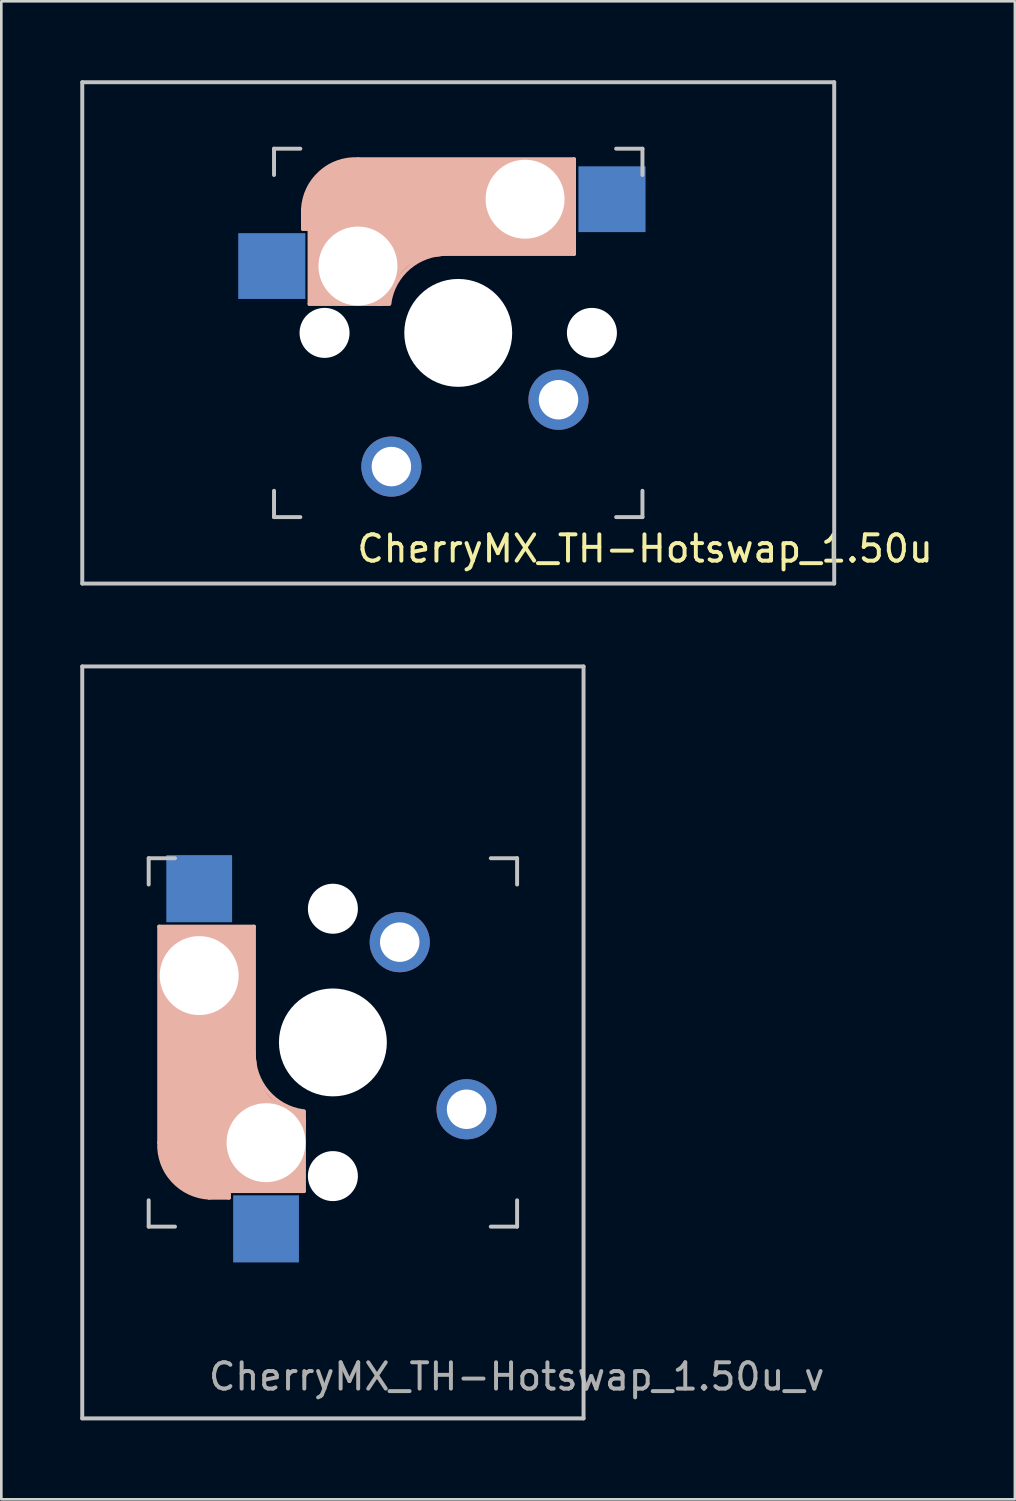
<source format=kicad_pcb>
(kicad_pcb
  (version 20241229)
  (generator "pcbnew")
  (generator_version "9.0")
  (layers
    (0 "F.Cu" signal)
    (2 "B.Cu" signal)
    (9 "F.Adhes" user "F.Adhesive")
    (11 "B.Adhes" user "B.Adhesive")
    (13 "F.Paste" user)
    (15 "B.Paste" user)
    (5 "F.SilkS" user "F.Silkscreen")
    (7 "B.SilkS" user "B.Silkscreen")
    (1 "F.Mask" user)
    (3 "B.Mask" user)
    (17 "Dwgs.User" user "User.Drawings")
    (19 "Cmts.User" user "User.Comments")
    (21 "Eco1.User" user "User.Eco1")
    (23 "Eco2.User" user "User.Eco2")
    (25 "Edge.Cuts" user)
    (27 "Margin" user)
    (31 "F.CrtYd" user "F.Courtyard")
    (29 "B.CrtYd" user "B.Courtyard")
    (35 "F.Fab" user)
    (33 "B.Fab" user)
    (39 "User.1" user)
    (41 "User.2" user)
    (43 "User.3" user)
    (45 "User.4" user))
  (footprint "CherryMX_TH-Hotswap_1.50u"
    (layer "F.Cu")
    (at 14.363 9.6)
    (property "Reference" "CherryMX_TH-Hotswap_1.50u" (at 7.1 8.2 0) (layer "F.SilkS") (effects (font (size 1 1) (thickness 0.15))))
    (attr through_hole)
    (fp_line (start -5.9 -4.7) (end -5.9 -3.95) (stroke (width 0.15) (type solid)) (layer "B.SilkS"))
    (fp_line (start -5.9 -3.95) (end -5.7 -3.95) (stroke (width 0.15) (type solid)) (layer "B.SilkS"))
    (fp_line (start -5.8 -4.05) (end -5.8 -4.7) (stroke (width 0.3) (type solid)) (layer "B.SilkS"))
    (fp_line (start -5.65 -5.55) (end -5.65 -1.1) (stroke (width 0.15) (type solid)) (layer "B.SilkS"))
    (fp_line (start -5.65 -1.1) (end -2.62 -1.1) (stroke (width 0.15) (type solid)) (layer "B.SilkS"))
    (fp_line (start -5.45 -1.3) (end -3 -1.3) (stroke (width 0.5) (type solid)) (layer "B.SilkS"))
    (fp_line (start -5.3 -1.6) (end -5.3 -3.4) (stroke (width 0.8) (type solid)) (layer "B.SilkS"))
    (fp_line (start -4.17 -5.1) (end -4.17 -2.86) (stroke (width 3) (type solid)) (layer "B.SilkS"))
    (fp_line (start -0.4 -3) (end 4.4 -3) (stroke (width 0.15) (type solid)) (layer "B.SilkS"))
    (fp_line (start 2.6 -4.8) (end -4.1 -4.8) (stroke (width 3.5) (type solid)) (layer "B.SilkS"))
    (fp_line (start 3.9 -6) (end 3.9 -3.5) (stroke (width 1) (type solid)) (layer "B.SilkS"))
    (fp_line (start 4.2 -3.25) (end 2.9 -3.3) (stroke (width 0.5) (type solid)) (layer "B.SilkS"))
    (fp_line (start 4.25 -6.4) (end 3 -6.4) (stroke (width 0.4) (type solid)) (layer "B.SilkS"))
    (fp_line (start 4.38 -4) (end 4.38 -6.25) (stroke (width 0.15) (type solid)) (layer "B.SilkS"))
    (fp_line (start 4.4 -6.6) (end -3.8 -6.6) (stroke (width 0.15) (type solid)) (layer "B.SilkS"))
    (fp_line (start 4.4 -3) (end 4.4 -6.6) (stroke (width 0.15) (type solid)) (layer "B.SilkS"))
    (fp_arc (start -5.9 -4.699999) (mid -5.243504 -6.084924) (end -3.800001 -6.6) (stroke (width 0.15) (type solid)) (layer "B.SilkS"))
    (fp_arc (start -3.016318 -1.521471) (mid -2.268709 -2.886118) (end -0.8 -3.4) (stroke (width 1) (type solid)) (layer "B.SilkS"))
    (fp_arc (start -2.616318 -1.121471) (mid -1.868709 -2.486118) (end -0.4 -3) (stroke (width 0.15) (type solid)) (layer "B.SilkS"))
    (fp_line (start -14.287 -9.525) (end 14.287 -9.525) (stroke (width 0.15) (type solid)) (layer "Dwgs.User"))
    (fp_line (start -14.287 9.525) (end -14.287 -9.525) (stroke (width 0.15) (type solid)) (layer "Dwgs.User"))
    (fp_line (start -7 -7) (end -6 -7) (stroke (width 0.15) (type solid)) (layer "Dwgs.User"))
    (fp_line (start -7 -6) (end -7 -7) (stroke (width 0.15) (type solid)) (layer "Dwgs.User"))
    (fp_line (start -7 6) (end -7 7) (stroke (width 0.15) (type solid)) (layer "Dwgs.User"))
    (fp_line (start -7 7) (end -6 7) (stroke (width 0.15) (type solid)) (layer "Dwgs.User"))
    (fp_line (start 6 7) (end 7 7) (stroke (width 0.15) (type solid)) (layer "Dwgs.User"))
    (fp_line (start 7 -7) (end 6 -7) (stroke (width 0.15) (type solid)) (layer "Dwgs.User"))
    (fp_line (start 7 -7) (end 7 -6) (stroke (width 0.15) (type solid)) (layer "Dwgs.User"))
    (fp_line (start 7 7) (end 7 6) (stroke (width 0.15) (type solid)) (layer "Dwgs.User"))
    (fp_line (start 14.287 -9.525) (end 14.287 9.525) (stroke (width 0.15) (type solid)) (layer "Dwgs.User"))
    (fp_line (start 14.287 9.525) (end -14.287 9.525) (stroke (width 0.15) (type solid)) (layer "Dwgs.User"))
    (pad "" np_thru_hole circle (at -5.08 0) (size 1.9 1.9) (drill 1.9) (layers "*.Cu" "*.Mask"))
    (pad "" np_thru_hole circle (at -3.81 -2.54) (size 3 3) (drill 3) (layers "*.Cu" "*.Mask"))
    (pad "" np_thru_hole circle (at 0 0 90) (size 4.1 4.1) (drill 4.1) (layers "*.Cu" "*.Mask"))
    (pad "" np_thru_hole circle (at 2.54 -5.08) (size 3 3) (drill 3) (layers "*.Cu" "*.Mask"))
    (pad "" np_thru_hole circle (at 5.08 0) (size 1.9 1.9) (drill 1.9) (layers "*.Cu" "*.Mask"))
    (pad "1" smd rect (at -7.085 -2.54 180) (size 2.55 2.5) (layers "B.Cu" "B.Mask" "B.Paste"))
    (pad "1" thru_hole circle (at -2.54 5.08 180) (size 2.286 2.286) (drill 1.499) (layers "*.Cu" "*.Mask"))
    (pad "2" thru_hole circle (at 3.81 2.54 180) (size 2.286 2.286) (drill 1.499) (layers "*.Cu" "*.Mask"))
    (pad "2" smd rect (at 5.842 -5.08 180) (size 2.55 2.5) (layers "B.Cu" "B.Mask" "B.Paste")))
  (footprint "CherryMX_TH-Hotswap_1.50u_v"
    (layer "F.Cu")
    (at 9.6 36.562)
    (property "Reference" "CherryMX_TH-Hotswap_1.50u_v" (at 6.985 12.7 0) (layer "F.Fab") (effects (font (size 1 1) (thickness 0.15))))
    (attr through_hole)
    (fp_line (start -6.6 -4.4) (end -6.6 3.8) (stroke (width 0.15) (type solid)) (layer "B.SilkS"))
    (fp_line (start -6.4 -4.25) (end -6.4 -3) (stroke (width 0.4) (type solid)) (layer "B.SilkS"))
    (fp_line (start -6 -3.9) (end -3.5 -3.9) (stroke (width 1) (type solid)) (layer "B.SilkS"))
    (fp_line (start -5.55 5.65) (end -1.1 5.65) (stroke (width 0.15) (type solid)) (layer "B.SilkS"))
    (fp_line (start -5.1 4.17) (end -2.86 4.17) (stroke (width 3) (type solid)) (layer "B.SilkS"))
    (fp_line (start -4.8 -2.6) (end -4.8 4.1) (stroke (width 3.5) (type solid)) (layer "B.SilkS"))
    (fp_line (start -4.7 5.9) (end -3.95 5.9) (stroke (width 0.15) (type solid)) (layer "B.SilkS"))
    (fp_line (start -4.05 5.8) (end -4.7 5.8) (stroke (width 0.3) (type solid)) (layer "B.SilkS"))
    (fp_line (start -4 -4.38) (end -6.25 -4.38) (stroke (width 0.15) (type solid)) (layer "B.SilkS"))
    (fp_line (start -3.95 5.9) (end -3.95 5.7) (stroke (width 0.15) (type solid)) (layer "B.SilkS"))
    (fp_line (start -3.25 -4.2) (end -3.3 -2.9) (stroke (width 0.5) (type solid)) (layer "B.SilkS"))
    (fp_line (start -3 -4.4) (end -6.6 -4.4) (stroke (width 0.15) (type solid)) (layer "B.SilkS"))
    (fp_line (start -3 0.4) (end -3 -4.4) (stroke (width 0.15) (type solid)) (layer "B.SilkS"))
    (fp_line (start -1.6 5.3) (end -3.4 5.3) (stroke (width 0.8) (type solid)) (layer "B.SilkS"))
    (fp_line (start -1.3 5.45) (end -1.3 3) (stroke (width 0.5) (type solid)) (layer "B.SilkS"))
    (fp_line (start -1.1 5.65) (end -1.1 2.62) (stroke (width 0.15) (type solid)) (layer "B.SilkS"))
    (fp_arc (start -4.699999 5.9) (mid -6.084924 5.243504) (end -6.6 3.800001) (stroke (width 0.15) (type solid)) (layer "B.SilkS"))
    (fp_arc (start -1.521471 3.016318) (mid -2.886118 2.268709) (end -3.4 0.8) (stroke (width 1) (type solid)) (layer "B.SilkS"))
    (fp_arc (start -1.121471 2.616318) (mid -2.486118 1.868709) (end -3 0.4) (stroke (width 0.15) (type solid)) (layer "B.SilkS"))
    (fp_line (start -9.525 -14.287) (end 9.525 -14.287) (stroke (width 0.15) (type solid)) (layer "Dwgs.User"))
    (fp_line (start -9.525 14.287) (end -9.525 -14.287) (stroke (width 0.15) (type solid)) (layer "Dwgs.User"))
    (fp_line (start -7 -7) (end -7 -6) (stroke (width 0.15) (type solid)) (layer "Dwgs.User"))
    (fp_line (start -7 -7) (end -6 -7) (stroke (width 0.15) (type solid)) (layer "Dwgs.User"))
    (fp_line (start -7 7) (end -7 6) (stroke (width 0.15) (type solid)) (layer "Dwgs.User"))
    (fp_line (start -6 7) (end -7 7) (stroke (width 0.15) (type solid)) (layer "Dwgs.User"))
    (fp_line (start 6 7) (end 7 7) (stroke (width 0.15) (type solid)) (layer "Dwgs.User"))
    (fp_line (start 7 -7) (end 6 -7) (stroke (width 0.15) (type solid)) (layer "Dwgs.User"))
    (fp_line (start 7 -6) (end 7 -7) (stroke (width 0.15) (type solid)) (layer "Dwgs.User"))
    (fp_line (start 7 7) (end 7 6) (stroke (width 0.15) (type solid)) (layer "Dwgs.User"))
    (fp_line (start 9.525 -14.287) (end 9.525 14.287) (stroke (width 0.15) (type solid)) (layer "Dwgs.User"))
    (fp_line (start 9.525 14.287) (end -9.525 14.287) (stroke (width 0.15) (type solid)) (layer "Dwgs.User"))
    (pad "" np_thru_hole circle (at -5.08 -2.54 90) (size 3 3) (drill 3) (layers "*.Cu" "*.Mask"))
    (pad "" np_thru_hole circle (at -2.54 3.81 90) (size 3 3) (drill 3) (layers "*.Cu" "*.Mask"))
    (pad "" np_thru_hole circle (at 0 -5.08 90) (size 1.9 1.9) (drill 1.9) (layers "*.Cu" "*.Mask"))
    (pad "" np_thru_hole circle (at 0 0 180) (size 4.1 4.1) (drill 4.1) (layers "*.Cu" "*.Mask"))
    (pad "" np_thru_hole circle (at 0 5.08 90) (size 1.9 1.9) (drill 1.9) (layers "*.Cu" "*.Mask"))
    (pad "1" smd rect (at -2.54 7.085 270) (size 2.55 2.5) (layers "B.Cu" "B.Mask" "B.Paste"))
    (pad "1" thru_hole circle (at 5.08 2.54 270) (size 2.286 2.286) (drill 1.499) (layers "*.Cu" "*.Mask"))
    (pad "2" smd rect (at -5.08 -5.842 270) (size 2.55 2.5) (layers "B.Cu" "B.Mask" "B.Paste"))
    (pad "2" thru_hole circle (at 2.54 -3.81 270) (size 2.286 2.286) (drill 1.499) (layers "*.Cu" "*.Mask")))
  (gr_rect
    (start -3 -3)
    (end 35.516 53.925)
    (stroke (width 0.1) (type default))
    (fill no)
    (layer "Edge.Cuts")))
</source>
